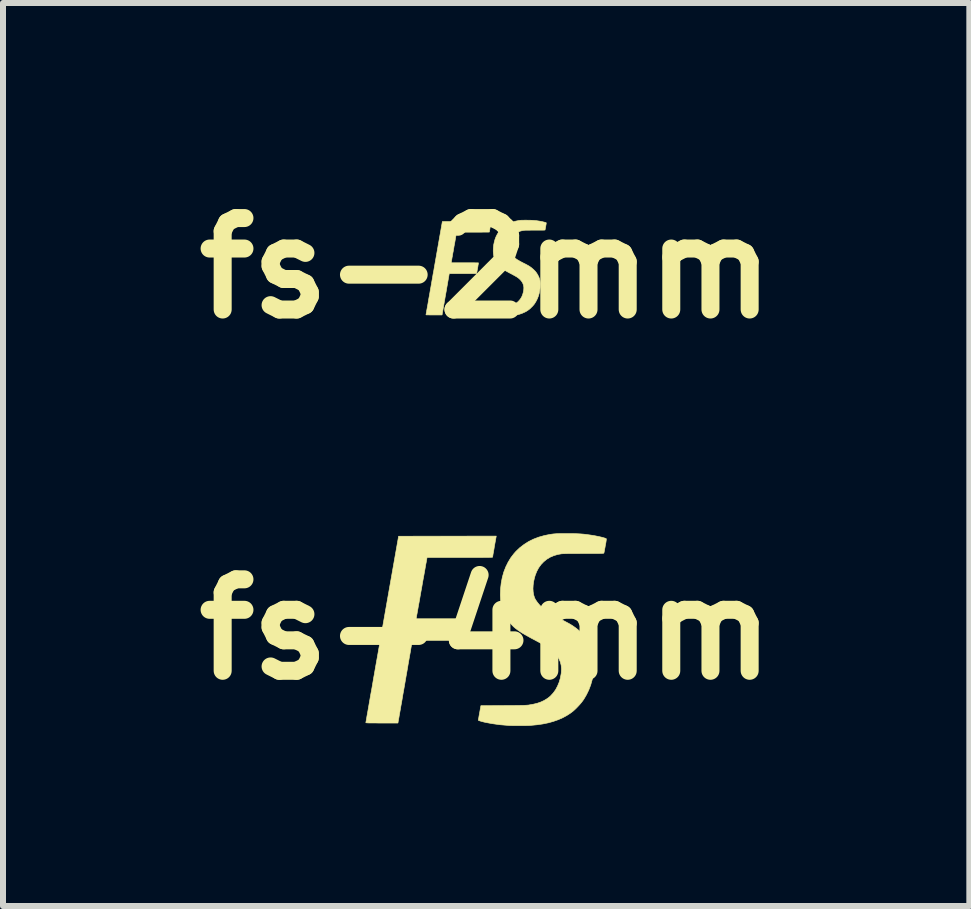
<source format=kicad_pcb>
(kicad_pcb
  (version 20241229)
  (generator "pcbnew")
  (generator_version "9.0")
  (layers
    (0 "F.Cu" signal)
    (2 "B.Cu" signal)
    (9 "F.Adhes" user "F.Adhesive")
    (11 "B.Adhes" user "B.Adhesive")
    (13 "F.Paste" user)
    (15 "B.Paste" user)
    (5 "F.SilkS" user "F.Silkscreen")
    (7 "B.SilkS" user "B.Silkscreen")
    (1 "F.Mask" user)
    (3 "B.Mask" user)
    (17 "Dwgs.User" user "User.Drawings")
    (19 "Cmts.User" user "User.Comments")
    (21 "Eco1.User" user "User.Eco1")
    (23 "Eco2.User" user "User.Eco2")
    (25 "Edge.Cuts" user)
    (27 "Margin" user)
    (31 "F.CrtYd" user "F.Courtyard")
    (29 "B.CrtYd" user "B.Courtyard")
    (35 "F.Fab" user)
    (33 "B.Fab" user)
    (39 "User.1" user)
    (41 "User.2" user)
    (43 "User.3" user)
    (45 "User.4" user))
  (footprint "fs-4mm"
    (layer "F.Cu")
    (at 5.051 7.438)
    (property "Reference" "fs-4mm" (at 0 0 0) (layer "F.SilkS") (effects (font (size 1.524 1.524) (thickness 0.3))))
    (attr through_hole)
    (fp_poly (pts (xy 0.137 -1.383) (xy 0.131 -1.344) (xy 0.125 -1.309) (xy 0.119 -1.277) (xy 0.114 -1.249) (xy 0.111 -1.228) (xy 0.108 -1.213) (xy 0.107 -1.205) (xy 0.107 -1.204) (xy 0.105 -1.203) (xy 0.1 -1.203) (xy 0.091 -1.202) (xy 0.078 -1.201) (xy 0.06 -1.201) (xy 0.037 -1.2) (xy 0.008 -1.2) (xy -0.026 -1.2) (xy -0.067 -1.199) (xy -0.114 -1.199) (xy -0.169 -1.199) (xy -0.231 -1.199) (xy -0.3 -1.199) (xy -0.378 -1.199) (xy -0.439 -1.199) (xy -0.985 -1.199) (xy -0.987 -1.189) (xy -0.988 -1.183) (xy -0.99 -1.169) (xy -0.994 -1.148) (xy -0.999 -1.119) (xy -1.006 -1.084) (xy -1.013 -1.043) (xy -1.021 -0.997) (xy -1.03 -0.946) (xy -1.04 -0.89) (xy -1.051 -0.832) (xy -1.062 -0.77) (xy -1.073 -0.705) (xy -1.076 -0.688) (xy -1.088 -0.623) (xy -1.099 -0.561) (xy -1.109 -0.501) (xy -1.119 -0.445) (xy -1.129 -0.393) (xy -1.137 -0.345) (xy -1.145 -0.303) (xy -1.151 -0.266) (xy -1.157 -0.236) (xy -1.161 -0.212) (xy -1.164 -0.197) (xy -1.165 -0.189) (xy -1.165 -0.188) (xy -1.168 -0.178) (xy -0.713 -0.178) (xy -0.65 -0.178) (xy -0.59 -0.178) (xy -0.533 -0.178) (xy -0.48 -0.178) (xy -0.43 -0.178) (xy -0.386 -0.177) (xy -0.348 -0.177) (xy -0.315 -0.177) (xy -0.289 -0.176) (xy -0.27 -0.176) (xy -0.26 -0.175) (xy -0.257 -0.175) (xy -0.258 -0.17) (xy -0.259 -0.158) (xy -0.262 -0.139) (xy -0.266 -0.114) (xy -0.271 -0.086) (xy -0.276 -0.054) (xy -0.282 -0.021) (xy -0.288 0.013) (xy -0.294 0.047) (xy -0.3 0.079) (xy -0.305 0.108) (xy -0.31 0.134) (xy -0.313 0.155) (xy -0.316 0.169) (xy -0.318 0.176) (xy -0.318 0.176) (xy -0.319 0.177) (xy -0.323 0.178) (xy -0.329 0.179) (xy -0.338 0.18) (xy -0.351 0.18) (xy -0.367 0.181) (xy -0.389 0.181) (xy -0.415 0.182) (xy -0.447 0.182) (xy -0.485 0.182) (xy -0.529 0.182) (xy -0.581 0.183) (xy -0.64 0.183) (xy -0.707 0.183) (xy -0.775 0.183) (xy -1.23 0.183) (xy -1.232 0.193) (xy -1.233 0.198) (xy -1.235 0.212) (xy -1.239 0.234) (xy -1.244 0.262) (xy -1.251 0.298) (xy -1.258 0.34) (xy -1.266 0.388) (xy -1.276 0.442) (xy -1.286 0.5) (xy -1.297 0.562) (xy -1.308 0.629) (xy -1.32 0.699) (xy -1.333 0.772) (xy -1.346 0.847) (xy -1.35 0.871) (xy -1.363 0.947) (xy -1.376 1.021) (xy -1.389 1.092) (xy -1.4 1.16) (xy -1.411 1.224) (xy -1.422 1.283) (xy -1.431 1.338) (xy -1.44 1.388) (xy -1.448 1.432) (xy -1.454 1.469) (xy -1.46 1.501) (xy -1.464 1.524) (xy -1.467 1.541) (xy -1.468 1.549) (xy -1.468 1.55) (xy -1.471 1.56) (xy -1.738 1.56) (xy -1.796 1.56) (xy -1.845 1.559) (xy -1.886 1.559) (xy -1.921 1.559) (xy -1.948 1.559) (xy -1.97 1.558) (xy -1.985 1.557) (xy -1.996 1.556) (xy -2.003 1.556) (xy -2.005 1.554) (xy -2.005 1.554) (xy -2.004 1.549) (xy -2.002 1.536) (xy -1.998 1.515) (xy -1.993 1.486) (xy -1.987 1.449) (xy -1.979 1.405) (xy -1.97 1.354) (xy -1.96 1.297) (xy -1.949 1.233) (xy -1.937 1.163) (xy -1.924 1.088) (xy -1.909 1.008) (xy -1.894 0.922) (xy -1.879 0.832) (xy -1.862 0.737) (xy -1.845 0.638) (xy -1.827 0.536) (xy -1.808 0.43) (xy -1.789 0.321) (xy -1.769 0.209) (xy -1.749 0.095) (xy -1.732 -0.002) (xy -1.459 -1.553) (xy 0.168 -1.555) (xy 0.137 -1.383)) (stroke (width 0.01) (type solid)) (fill yes) (layer "F.SilkS"))
    (fp_poly (pts (xy 1.339 -1.597) (xy 1.408 -1.597) (xy 1.47 -1.596) (xy 1.526 -1.594) (xy 1.579 -1.591) (xy 1.628 -1.587) (xy 1.677 -1.581) (xy 1.727 -1.574) (xy 1.779 -1.566) (xy 1.814 -1.56) (xy 1.844 -1.554) (xy 1.875 -1.548) (xy 1.905 -1.541) (xy 1.934 -1.534) (xy 1.959 -1.527) (xy 1.979 -1.521) (xy 1.993 -1.516) (xy 1.999 -1.513) (xy 2.001 -1.511) (xy 2.002 -1.507) (xy 2.002 -1.5) (xy 2.001 -1.49) (xy 1.999 -1.474) (xy 1.996 -1.453) (xy 1.991 -1.425) (xy 1.985 -1.395) (xy 1.98 -1.364) (xy 1.974 -1.335) (xy 1.97 -1.311) (xy 1.966 -1.291) (xy 1.963 -1.278) (xy 1.962 -1.273) (xy 1.962 -1.272) (xy 1.96 -1.271) (xy 1.956 -1.269) (xy 1.95 -1.269) (xy 1.941 -1.268) (xy 1.928 -1.267) (xy 1.912 -1.267) (xy 1.89 -1.266) (xy 1.863 -1.266) (xy 1.831 -1.266) (xy 1.791 -1.266) (xy 1.745 -1.266) (xy 1.691 -1.266) (xy 1.633 -1.266) (xy 1.565 -1.265) (xy 1.504 -1.265) (xy 1.448 -1.265) (xy 1.398 -1.264) (xy 1.355 -1.264) (xy 1.32 -1.263) (xy 1.292 -1.262) (xy 1.272 -1.261) (xy 1.262 -1.261) (xy 1.192 -1.249) (xy 1.126 -1.229) (xy 1.065 -1.203) (xy 1.009 -1.169) (xy 0.959 -1.128) (xy 0.914 -1.081) (xy 0.875 -1.027) (xy 0.843 -0.967) (xy 0.817 -0.901) (xy 0.805 -0.86) (xy 0.791 -0.798) (xy 0.783 -0.738) (xy 0.78 -0.68) (xy 0.783 -0.626) (xy 0.791 -0.576) (xy 0.805 -0.532) (xy 0.81 -0.519) (xy 0.827 -0.489) (xy 0.85 -0.456) (xy 0.878 -0.421) (xy 0.91 -0.386) (xy 0.944 -0.353) (xy 0.978 -0.323) (xy 0.994 -0.311) (xy 1.017 -0.295) (xy 1.047 -0.276) (xy 1.082 -0.255) (xy 1.122 -0.232) (xy 1.165 -0.209) (xy 1.21 -0.185) (xy 1.255 -0.163) (xy 1.257 -0.162) (xy 1.305 -0.138) (xy 1.346 -0.116) (xy 1.382 -0.097) (xy 1.414 -0.078) (xy 1.444 -0.059) (xy 1.471 -0.04) (xy 1.499 -0.02) (xy 1.524 -0.000376) (xy 1.585 0.052) (xy 1.638 0.107) (xy 1.683 0.164) (xy 1.721 0.225) (xy 1.753 0.291) (xy 1.771 0.339) (xy 1.782 0.371) (xy 1.789 0.4) (xy 1.795 0.429) (xy 1.799 0.459) (xy 1.801 0.493) (xy 1.802 0.533) (xy 1.802 0.555) (xy 1.798 0.65) (xy 1.786 0.744) (xy 1.767 0.836) (xy 1.742 0.925) (xy 1.709 1.011) (xy 1.67 1.091) (xy 1.625 1.167) (xy 1.599 1.203) (xy 1.58 1.227) (xy 1.556 1.255) (xy 1.529 1.284) (xy 1.501 1.313) (xy 1.474 1.339) (xy 1.449 1.361) (xy 1.446 1.364) (xy 1.396 1.401) (xy 1.343 1.435) (xy 1.284 1.467) (xy 1.277 1.471) (xy 1.202 1.504) (xy 1.122 1.532) (xy 1.037 1.556) (xy 0.945 1.575) (xy 0.848 1.589) (xy 0.743 1.599) (xy 0.735 1.6) (xy 0.709 1.601) (xy 0.675 1.602) (xy 0.636 1.603) (xy 0.593 1.603) (xy 0.549 1.603) (xy 0.504 1.603) (xy 0.46 1.603) (xy 0.42 1.602) (xy 0.385 1.601) (xy 0.361 1.599) (xy 0.228 1.588) (xy 0.1 1.57) (xy 0.018 1.555) (xy -0.013 1.549) (xy -0.043 1.542) (xy -0.07 1.535) (xy -0.094 1.528) (xy -0.112 1.522) (xy -0.125 1.517) (xy -0.131 1.513) (xy -0.131 1.513) (xy -0.13 1.507) (xy -0.128 1.494) (xy -0.124 1.475) (xy -0.12 1.45) (xy -0.115 1.422) (xy -0.109 1.39) (xy -0.109 1.389) (xy -0.088 1.271) (xy 0.287 1.269) (xy 0.355 1.268) (xy 0.415 1.268) (xy 0.468 1.268) (xy 0.513 1.267) (xy 0.552 1.267) (xy 0.585 1.266) (xy 0.613 1.266) (xy 0.637 1.265) (xy 0.657 1.264) (xy 0.673 1.263) (xy 0.687 1.262) (xy 0.699 1.261) (xy 0.71 1.26) (xy 0.713 1.259) (xy 0.787 1.246) (xy 0.853 1.23) (xy 0.913 1.209) (xy 0.966 1.184) (xy 1.015 1.154) (xy 1.06 1.12) (xy 1.075 1.106) (xy 1.118 1.059) (xy 1.157 1.005) (xy 1.189 0.945) (xy 1.216 0.88) (xy 1.236 0.811) (xy 1.25 0.737) (xy 1.252 0.718) (xy 1.255 0.657) (xy 1.25 0.599) (xy 1.236 0.543) (xy 1.213 0.49) (xy 1.182 0.44) (xy 1.143 0.393) (xy 1.123 0.373) (xy 1.102 0.354) (xy 1.082 0.337) (xy 1.061 0.32) (xy 1.038 0.304) (xy 1.012 0.287) (xy 0.982 0.27) (xy 0.947 0.25) (xy 0.906 0.228) (xy 0.87 0.209) (xy 0.803 0.173) (xy 0.744 0.142) (xy 0.691 0.112) (xy 0.644 0.086) (xy 0.603 0.062) (xy 0.567 0.039) (xy 0.535 0.017) (xy 0.507 -0.004) (xy 0.481 -0.024) (xy 0.458 -0.044) (xy 0.437 -0.065) (xy 0.417 -0.087) (xy 0.403 -0.103) (xy 0.357 -0.163) (xy 0.319 -0.224) (xy 0.289 -0.286) (xy 0.265 -0.352) (xy 0.249 -0.421) (xy 0.24 -0.495) (xy 0.236 -0.574) (xy 0.236 -0.577) (xy 0.24 -0.678) (xy 0.251 -0.775) (xy 0.269 -0.868) (xy 0.294 -0.957) (xy 0.327 -1.042) (xy 0.366 -1.121) (xy 0.411 -1.195) (xy 0.464 -1.264) (xy 0.496 -1.3) (xy 0.561 -1.362) (xy 0.632 -1.416) (xy 0.707 -1.464) (xy 0.788 -1.504) (xy 0.874 -1.537) (xy 0.966 -1.563) (xy 1.013 -1.573) (xy 1.044 -1.579) (xy 1.072 -1.584) (xy 1.098 -1.588) (xy 1.123 -1.591) (xy 1.148 -1.593) (xy 1.175 -1.595) (xy 1.205 -1.596) (xy 1.239 -1.597) (xy 1.279 -1.597) (xy 1.327 -1.597) (xy 1.339 -1.597)) (stroke (width 0.01) (type solid)) (fill yes) (layer "F.SilkS")))
  (footprint "fs-2mm"
    (layer "F.Cu")
    (at 5.051 1.418)
    (property "Reference" "fs-2mm" (at 0 0 0) (layer "F.SilkS") (effects (font (size 1.524 1.524) (thickness 0.3))))
    (attr through_hole)
    (fp_poly (pts (xy 0.069 -0.691) (xy 0.065 -0.672) (xy 0.062 -0.654) (xy 0.06 -0.638) (xy 0.057 -0.625) (xy 0.055 -0.614) (xy 0.054 -0.606) (xy 0.054 -0.602) (xy 0.054 -0.602) (xy 0.053 -0.602) (xy 0.05 -0.601) (xy 0.046 -0.601) (xy 0.039 -0.601) (xy 0.03 -0.6) (xy 0.018 -0.6) (xy 0.004 -0.6) (xy -0.013 -0.6) (xy -0.033 -0.6) (xy -0.057 -0.6) (xy -0.084 -0.599) (xy -0.115 -0.599) (xy -0.15 -0.599) (xy -0.189 -0.599) (xy -0.219 -0.599) (xy -0.492 -0.599) (xy -0.493 -0.594) (xy -0.494 -0.592) (xy -0.495 -0.585) (xy -0.497 -0.574) (xy -0.5 -0.56) (xy -0.503 -0.542) (xy -0.507 -0.522) (xy -0.511 -0.498) (xy -0.515 -0.473) (xy -0.52 -0.445) (xy -0.525 -0.416) (xy -0.531 -0.385) (xy -0.537 -0.353) (xy -0.538 -0.344) (xy -0.544 -0.312) (xy -0.549 -0.28) (xy -0.555 -0.251) (xy -0.56 -0.222) (xy -0.564 -0.196) (xy -0.569 -0.172) (xy -0.572 -0.151) (xy -0.576 -0.133) (xy -0.578 -0.118) (xy -0.58 -0.106) (xy -0.582 -0.098) (xy -0.583 -0.094) (xy -0.583 -0.094) (xy -0.584 -0.089) (xy -0.357 -0.089) (xy -0.325 -0.089) (xy -0.295 -0.089) (xy -0.266 -0.089) (xy -0.24 -0.089) (xy -0.215 -0.089) (xy -0.193 -0.089) (xy -0.174 -0.088) (xy -0.157 -0.088) (xy -0.145 -0.088) (xy -0.135 -0.088) (xy -0.13 -0.088) (xy -0.129 -0.087) (xy -0.129 -0.085) (xy -0.13 -0.079) (xy -0.131 -0.069) (xy -0.133 -0.057) (xy -0.136 -0.043) (xy -0.138 -0.027) (xy -0.141 -0.01) (xy -0.144 0.007) (xy -0.147 0.023) (xy -0.15 0.04) (xy -0.152 0.054) (xy -0.155 0.067) (xy -0.157 0.077) (xy -0.158 0.084) (xy -0.159 0.088) (xy -0.159 0.088) (xy -0.16 0.089) (xy -0.161 0.089) (xy -0.164 0.09) (xy -0.169 0.09) (xy -0.175 0.09) (xy -0.184 0.09) (xy -0.194 0.091) (xy -0.208 0.091) (xy -0.223 0.091) (xy -0.242 0.091) (xy -0.265 0.091) (xy -0.29 0.091) (xy -0.32 0.091) (xy -0.353 0.091) (xy -0.388 0.091) (xy -0.615 0.091) (xy -0.616 0.096) (xy -0.616 0.099) (xy -0.618 0.106) (xy -0.62 0.117) (xy -0.622 0.131) (xy -0.625 0.149) (xy -0.629 0.17) (xy -0.633 0.194) (xy -0.638 0.221) (xy -0.643 0.25) (xy -0.648 0.281) (xy -0.654 0.314) (xy -0.66 0.349) (xy -0.666 0.386) (xy -0.673 0.424) (xy -0.675 0.436) (xy -0.682 0.474) (xy -0.688 0.51) (xy -0.694 0.546) (xy -0.7 0.58) (xy -0.706 0.612) (xy -0.711 0.642) (xy -0.716 0.669) (xy -0.72 0.694) (xy -0.724 0.716) (xy -0.727 0.735) (xy -0.73 0.75) (xy -0.732 0.762) (xy -0.733 0.77) (xy -0.734 0.774) (xy -0.734 0.775) (xy -0.735 0.78) (xy -0.869 0.78) (xy -0.898 0.78) (xy -0.922 0.78) (xy -0.943 0.78) (xy -0.96 0.779) (xy -0.974 0.779) (xy -0.985 0.779) (xy -0.993 0.779) (xy -0.998 0.778) (xy -1.001 0.778) (xy -1.002 0.777) (xy -1.003 0.777) (xy -1.002 0.775) (xy -1.001 0.768) (xy -0.999 0.757) (xy -0.997 0.743) (xy -0.993 0.724) (xy -0.99 0.702) (xy -0.985 0.677) (xy -0.98 0.648) (xy -0.974 0.616) (xy -0.968 0.582) (xy -0.962 0.544) (xy -0.955 0.504) (xy -0.947 0.461) (xy -0.939 0.416) (xy -0.931 0.368) (xy -0.922 0.319) (xy -0.913 0.268) (xy -0.904 0.215) (xy -0.894 0.16) (xy -0.885 0.104) (xy -0.874 0.047) (xy -0.866 -0.001) (xy -0.73 -0.776) (xy -0.323 -0.777) (xy 0.084 -0.778) (xy 0.069 -0.691)) (stroke (width 0.01) (type solid)) (fill yes) (layer "F.SilkS"))
    (fp_poly (pts (xy 0.67 -0.799) (xy 0.704 -0.798) (xy 0.735 -0.798) (xy 0.763 -0.797) (xy 0.789 -0.795) (xy 0.814 -0.793) (xy 0.839 -0.791) (xy 0.864 -0.787) (xy 0.89 -0.783) (xy 0.907 -0.78) (xy 0.922 -0.777) (xy 0.937 -0.774) (xy 0.953 -0.77) (xy 0.967 -0.767) (xy 0.979 -0.763) (xy 0.99 -0.761) (xy 0.997 -0.758) (xy 0.999 -0.757) (xy 1 -0.756) (xy 1.001 -0.753) (xy 1.001 -0.75) (xy 1.001 -0.745) (xy 0.999 -0.737) (xy 0.998 -0.726) (xy 0.995 -0.712) (xy 0.993 -0.697) (xy 0.99 -0.682) (xy 0.987 -0.668) (xy 0.985 -0.655) (xy 0.983 -0.646) (xy 0.982 -0.639) (xy 0.981 -0.637) (xy 0.981 -0.636) (xy 0.98 -0.635) (xy 0.978 -0.635) (xy 0.975 -0.634) (xy 0.97 -0.634) (xy 0.964 -0.634) (xy 0.956 -0.633) (xy 0.945 -0.633) (xy 0.932 -0.633) (xy 0.915 -0.633) (xy 0.896 -0.633) (xy 0.873 -0.633) (xy 0.845 -0.633) (xy 0.816 -0.633) (xy 0.783 -0.633) (xy 0.752 -0.633) (xy 0.724 -0.632) (xy 0.699 -0.632) (xy 0.678 -0.632) (xy 0.66 -0.632) (xy 0.646 -0.631) (xy 0.636 -0.631) (xy 0.631 -0.63) (xy 0.596 -0.624) (xy 0.563 -0.615) (xy 0.533 -0.601) (xy 0.505 -0.584) (xy 0.479 -0.564) (xy 0.457 -0.54) (xy 0.438 -0.513) (xy 0.421 -0.483) (xy 0.408 -0.451) (xy 0.402 -0.43) (xy 0.396 -0.399) (xy 0.392 -0.369) (xy 0.39 -0.34) (xy 0.392 -0.313) (xy 0.396 -0.288) (xy 0.402 -0.266) (xy 0.405 -0.26) (xy 0.414 -0.244) (xy 0.425 -0.228) (xy 0.439 -0.21) (xy 0.455 -0.193) (xy 0.472 -0.177) (xy 0.489 -0.162) (xy 0.497 -0.156) (xy 0.508 -0.148) (xy 0.523 -0.138) (xy 0.541 -0.128) (xy 0.561 -0.116) (xy 0.583 -0.104) (xy 0.605 -0.093) (xy 0.627 -0.081) (xy 0.628 -0.081) (xy 0.652 -0.069) (xy 0.673 -0.058) (xy 0.691 -0.048) (xy 0.707 -0.039) (xy 0.722 -0.03) (xy 0.736 -0.02) (xy 0.75 -0.01) (xy 0.762 -0.000188) (xy 0.792 0.026) (xy 0.819 0.053) (xy 0.841 0.082) (xy 0.86 0.113) (xy 0.876 0.145) (xy 0.886 0.169) (xy 0.891 0.185) (xy 0.895 0.2) (xy 0.898 0.214) (xy 0.899 0.23) (xy 0.901 0.247) (xy 0.901 0.267) (xy 0.901 0.277) (xy 0.899 0.325) (xy 0.893 0.372) (xy 0.884 0.418) (xy 0.871 0.463) (xy 0.855 0.505) (xy 0.835 0.546) (xy 0.813 0.583) (xy 0.8 0.602) (xy 0.79 0.614) (xy 0.778 0.628) (xy 0.765 0.642) (xy 0.75 0.656) (xy 0.737 0.67) (xy 0.725 0.68) (xy 0.723 0.682) (xy 0.698 0.701) (xy 0.672 0.718) (xy 0.642 0.734) (xy 0.638 0.735) (xy 0.601 0.752) (xy 0.561 0.766) (xy 0.518 0.778) (xy 0.473 0.787) (xy 0.424 0.795) (xy 0.371 0.8) (xy 0.368 0.8) (xy 0.354 0.801) (xy 0.338 0.801) (xy 0.318 0.801) (xy 0.297 0.802) (xy 0.274 0.802) (xy 0.252 0.802) (xy 0.23 0.801) (xy 0.21 0.801) (xy 0.193 0.8) (xy 0.18 0.8) (xy 0.114 0.794) (xy 0.05 0.785) (xy 0.009 0.778) (xy -0.006 0.774) (xy -0.021 0.771) (xy -0.035 0.767) (xy -0.047 0.764) (xy -0.056 0.761) (xy -0.063 0.758) (xy -0.065 0.757) (xy -0.065 0.756) (xy -0.065 0.754) (xy -0.064 0.747) (xy -0.062 0.737) (xy -0.06 0.725) (xy -0.057 0.711) (xy -0.055 0.695) (xy -0.055 0.695) (xy -0.044 0.635) (xy 0.144 0.634) (xy 0.178 0.634) (xy 0.208 0.634) (xy 0.234 0.634) (xy 0.257 0.634) (xy 0.276 0.633) (xy 0.293 0.633) (xy 0.307 0.633) (xy 0.319 0.633) (xy 0.328 0.632) (xy 0.337 0.632) (xy 0.344 0.631) (xy 0.35 0.631) (xy 0.355 0.63) (xy 0.356 0.63) (xy 0.393 0.623) (xy 0.427 0.615) (xy 0.456 0.604) (xy 0.483 0.592) (xy 0.508 0.577) (xy 0.53 0.56) (xy 0.537 0.553) (xy 0.559 0.529) (xy 0.578 0.503) (xy 0.595 0.473) (xy 0.608 0.44) (xy 0.618 0.405) (xy 0.625 0.369) (xy 0.626 0.359) (xy 0.628 0.328) (xy 0.625 0.299) (xy 0.618 0.272) (xy 0.607 0.245) (xy 0.591 0.22) (xy 0.571 0.196) (xy 0.561 0.186) (xy 0.551 0.177) (xy 0.541 0.168) (xy 0.53 0.16) (xy 0.519 0.152) (xy 0.506 0.144) (xy 0.491 0.135) (xy 0.473 0.125) (xy 0.453 0.114) (xy 0.435 0.104) (xy 0.402 0.087) (xy 0.372 0.071) (xy 0.345 0.056) (xy 0.322 0.043) (xy 0.302 0.031) (xy 0.283 0.019) (xy 0.267 0.009) (xy 0.253 -0.002) (xy 0.241 -0.012) (xy 0.229 -0.022) (xy 0.219 -0.033) (xy 0.209 -0.043) (xy 0.202 -0.052) (xy 0.179 -0.081) (xy 0.16 -0.112) (xy 0.144 -0.143) (xy 0.133 -0.176) (xy 0.125 -0.211) (xy 0.12 -0.247) (xy 0.118 -0.287) (xy 0.118 -0.289) (xy 0.12 -0.339) (xy 0.125 -0.387) (xy 0.135 -0.434) (xy 0.147 -0.479) (xy 0.163 -0.521) (xy 0.183 -0.561) (xy 0.206 -0.598) (xy 0.232 -0.632) (xy 0.248 -0.65) (xy 0.281 -0.681) (xy 0.316 -0.708) (xy 0.354 -0.732) (xy 0.394 -0.752) (xy 0.437 -0.768) (xy 0.483 -0.781) (xy 0.506 -0.786) (xy 0.522 -0.789) (xy 0.536 -0.792) (xy 0.549 -0.794) (xy 0.561 -0.795) (xy 0.574 -0.797) (xy 0.587 -0.798) (xy 0.602 -0.798) (xy 0.62 -0.798) (xy 0.64 -0.799) (xy 0.663 -0.799) (xy 0.67 -0.799)) (stroke (width 0.01) (type solid)) (fill yes) (layer "F.SilkS")))
  (gr_rect
    (start -3 -3)
    (end 13.102 12.047)
    (stroke (width 0.1) (type default))
    (fill no)
    (layer "Edge.Cuts")))
</source>
